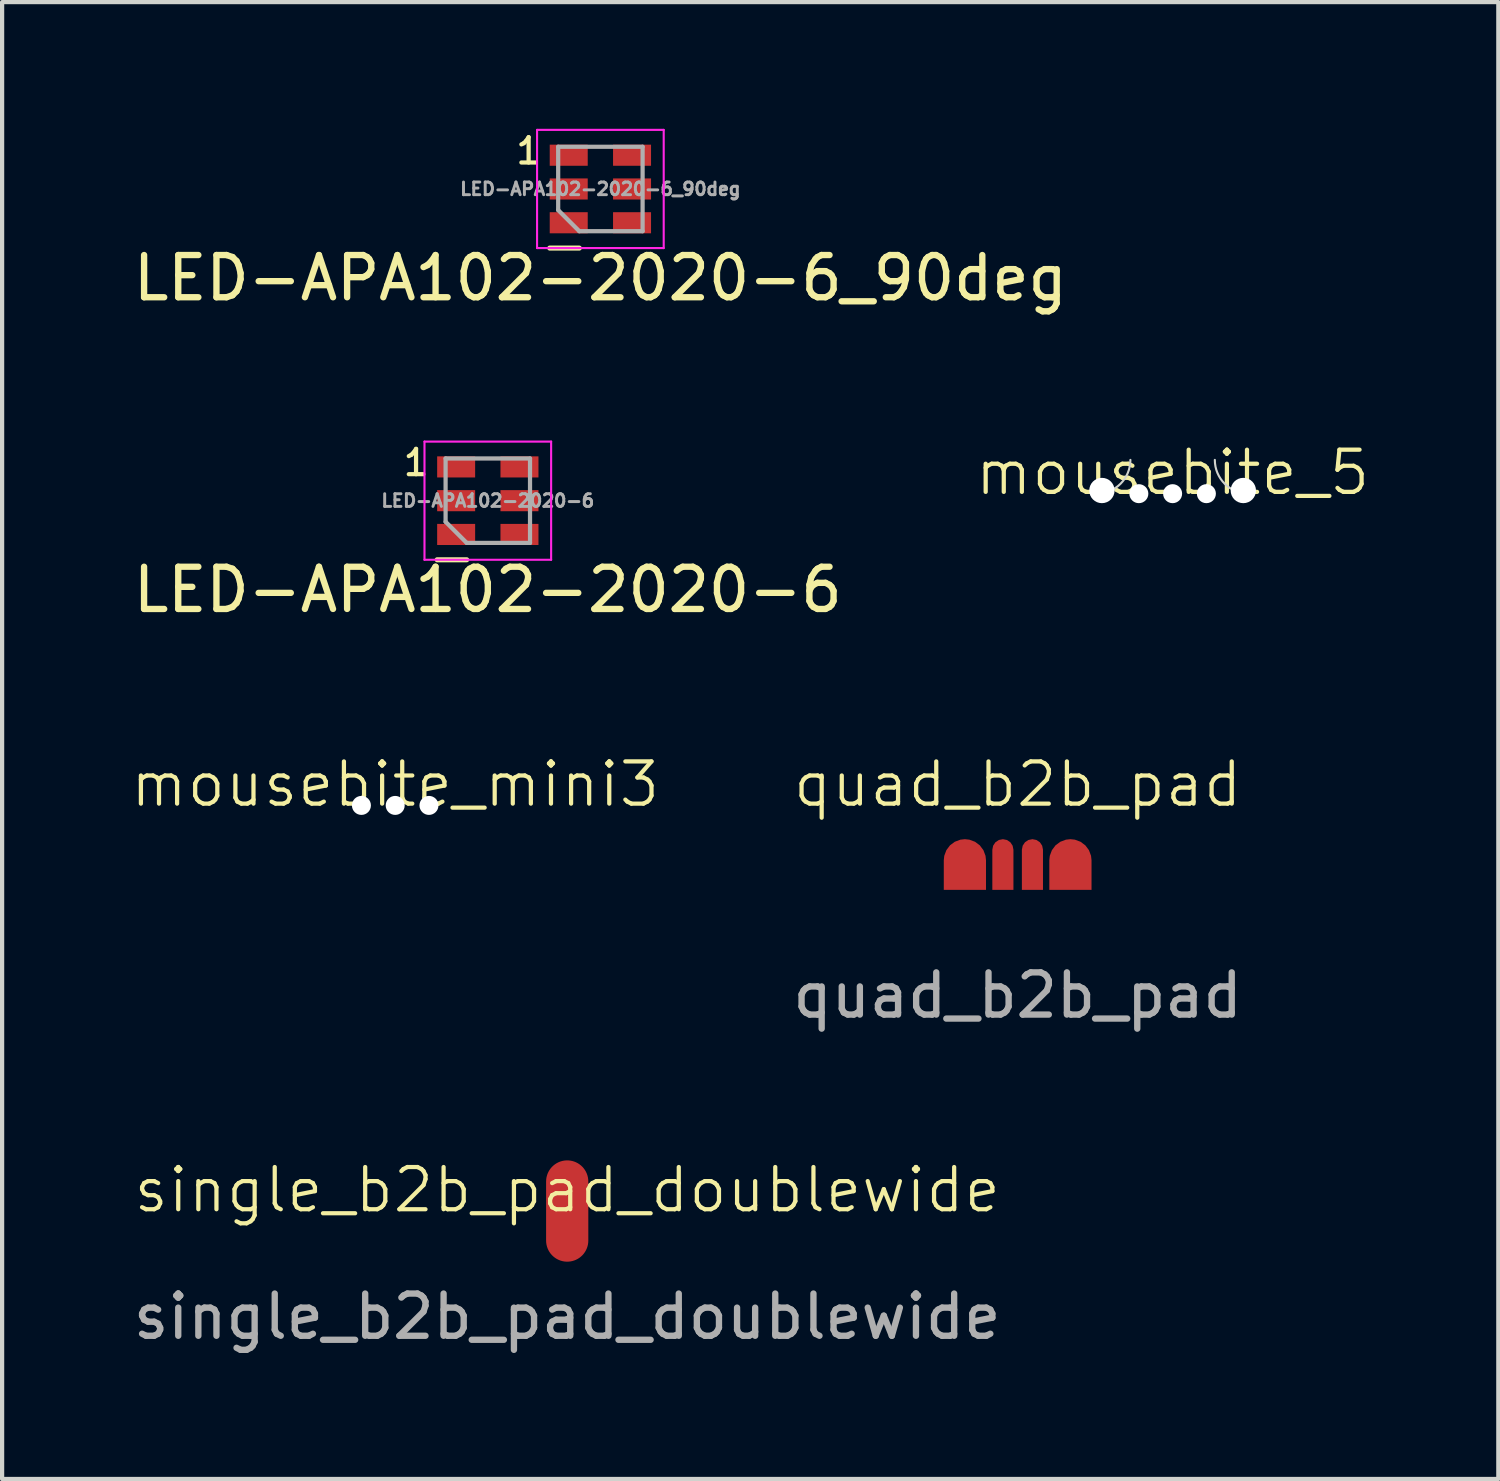
<source format=kicad_pcb>
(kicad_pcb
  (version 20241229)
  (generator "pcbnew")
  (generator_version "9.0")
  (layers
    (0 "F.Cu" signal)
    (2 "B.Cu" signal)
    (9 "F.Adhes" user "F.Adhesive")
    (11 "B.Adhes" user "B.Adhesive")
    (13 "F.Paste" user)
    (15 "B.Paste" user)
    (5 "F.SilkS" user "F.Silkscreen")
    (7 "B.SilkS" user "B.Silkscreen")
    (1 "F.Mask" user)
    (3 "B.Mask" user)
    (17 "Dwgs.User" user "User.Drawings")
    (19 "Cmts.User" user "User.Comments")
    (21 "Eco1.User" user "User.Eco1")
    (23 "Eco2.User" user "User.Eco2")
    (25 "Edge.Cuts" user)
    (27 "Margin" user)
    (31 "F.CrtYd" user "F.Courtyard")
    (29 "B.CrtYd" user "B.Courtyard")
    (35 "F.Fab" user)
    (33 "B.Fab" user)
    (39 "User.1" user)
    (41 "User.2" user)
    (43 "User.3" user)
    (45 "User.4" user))
  (footprint "LED-APA102-2020-6"
    (layer "F.Cu")
    (at 8.506 8.811)
    (property "Reference" "LED-APA102-2020-6" (at 0 2.11 0) (layer "F.SilkS") (effects (font (size 1 1) (thickness 0.15))))
    (attr smd)
    (fp_line (start -1.2 1.4) (end -0.5 1.4) (stroke (width 0.12) (type solid)) (layer "F.SilkS"))
    (fp_line (start -1.5 -1.4) (end -1.5 1.4) (stroke (width 0.05) (type solid)) (layer "F.CrtYd"))
    (fp_line (start -1.5 -1.4) (end 1.5 -1.4) (stroke (width 0.05) (type solid)) (layer "F.CrtYd"))
    (fp_line (start 1.5 -1.4) (end 1.5 1.4) (stroke (width 0.05) (type solid)) (layer "F.CrtYd"))
    (fp_line (start 1.5 1.4) (end -1.5 1.4) (stroke (width 0.05) (type solid)) (layer "F.CrtYd"))
    (fp_line (start -1 -1) (end 1 -1) (stroke (width 0.1) (type solid)) (layer "F.Fab"))
    (fp_line (start -1 0.5) (end -1 -1) (stroke (width 0.1) (type solid)) (layer "F.Fab"))
    (fp_line (start -1 0.5) (end -0.5 1) (stroke (width 0.1) (type solid)) (layer "F.Fab"))
    (fp_line (start 1 -1) (end 1 1) (stroke (width 0.1) (type solid)) (layer "F.Fab"))
    (fp_line (start 1 1) (end -0.5 1) (stroke (width 0.1) (type solid)) (layer "F.Fab"))
    (fp_text user "1" (at -1.7 -0.9 0) (unlocked yes) (layer "F.SilkS") (effects (font (size 0.6 0.6) (thickness 0.1))))
    (fp_text user "${REFERENCE}" (at 0 0 0) (layer "F.Fab") (effects (font (size 0.3 0.3) (thickness 0.07))))
    (pad "1" smd rect (at -0.75 -0.8) (size 0.9 0.5) (layers "F.Cu" "F.Mask" "F.Paste"))
    (pad "2" smd rect (at -0.75 0) (size 0.9 0.5) (layers "F.Cu" "F.Mask" "F.Paste"))
    (pad "3" smd rect (at -0.75 0.8) (size 0.9 0.5) (layers "F.Cu" "F.Mask" "F.Paste"))
    (pad "4" smd rect (at 0.75 0.8) (size 0.9 0.5) (layers "F.Cu" "F.Mask" "F.Paste"))
    (pad "5" smd rect (at 0.75 0) (size 0.9 0.5) (layers "F.Cu" "F.Mask" "F.Paste"))
    (pad "6" smd rect (at 0.75 -0.8) (size 0.9 0.5) (layers "F.Cu" "F.Mask" "F.Paste")))
  (footprint "mousebite_mini3"
    (layer "F.Cu")
    (at 6.312 16.03)
    (property "Reference" "mousebite_mini3" (at 0 -0.5 0) (unlocked yes) (layer "F.SilkS") (effects (font (size 1 1) (thickness 0.1))))
    (attr smd)
    (pad "" np_thru_hole circle (at -0.8 0) (size 0.45 0.45) (drill 0.45) (layers "*.Cu"))
    (pad "" np_thru_hole circle (at 0 0) (size 0.45 0.45) (drill 0.45) (layers "*.Cu"))
    (pad "" np_thru_hole circle (at 0.8 0) (size 0.45 0.45) (drill 0.45) (layers "*.Cu")))
  (footprint "single_b2b_pad_doublewide"
    (layer "F.Cu")
    (at 10.387 25.639)
    (property "Reference" "single_b2b_pad_doublewide" (at 0 -0.5 0) (unlocked yes) (layer "F.SilkS") (effects (font (size 1 1) (thickness 0.1))))
    (attr smd)
    (fp_text user "${REFERENCE}" (at 0 2.5 0) (unlocked yes) (layer "F.Fab") (effects (font (size 1 1) (thickness 0.15))))
    (pad "1" smd oval (at 0 0 90) (size 2.4 1) (layers "F.Cu" "F.Mask")))
  (footprint "quad_b2b_pad"
    (layer "F.Cu")
    (at 21.058 18.03)
    (property "Reference" "quad_b2b_pad" (at 0 -2.5 0) (unlocked yes) (layer "F.SilkS") (effects (font (size 1 1) (thickness 0.1))))
    (attr smd)
    (fp_text user "${REFERENCE}" (at 0 2.5 0) (unlocked yes) (layer "F.Fab") (effects (font (size 1 1) (thickness 0.15))))
    (pad "1" smd roundrect (at -1.25 -0.7 90) (size 1.2 1) (drill (offset -0.1 0)) (layers "F.Cu" "F.Mask") (roundrect_rratio 0.5) (chamfer_ratio 0) (chamfer top_left bottom_left))
    (pad "2" smd roundrect (at -0.35 -0.7 90) (size 1.2 0.5) (drill (offset -0.1 0)) (layers "F.Cu" "F.Mask") (roundrect_rratio 0.5) (chamfer_ratio 0) (chamfer top_left bottom_left))
    (pad "3" smd roundrect (at 0.35 -0.7 90) (size 1.2 0.5) (drill (offset -0.1 0)) (layers "F.Cu" "F.Mask") (roundrect_rratio 0.5) (chamfer_ratio 0) (chamfer top_left bottom_left))
    (pad "4" smd roundrect (at 1.25 -0.7 90) (size 1.2 1) (drill (offset -0.1 0)) (layers "F.Cu" "F.Mask") (roundrect_rratio 0.5) (chamfer_ratio 0) (chamfer top_left bottom_left)))
  (footprint "LED-APA102-2020-6_90deg"
    (layer "F.Cu")
    (at 11.173 1.427)
    (property "Reference" "LED-APA102-2020-6_90deg" (at 0 2.11 0) (layer "F.SilkS") (effects (font (size 1 1) (thickness 0.15))))
    (attr smd)
    (fp_line (start -1.2 1.4) (end -0.5 1.4) (stroke (width 0.12) (type solid)) (layer "F.SilkS"))
    (fp_line (start -1.5 -1.4) (end -1.5 1.4) (stroke (width 0.05) (type solid)) (layer "F.CrtYd"))
    (fp_line (start -1.5 -1.4) (end 1.5 -1.4) (stroke (width 0.05) (type solid)) (layer "F.CrtYd"))
    (fp_line (start 1.5 -1.4) (end 1.5 1.4) (stroke (width 0.05) (type solid)) (layer "F.CrtYd"))
    (fp_line (start 1.5 1.4) (end -1.5 1.4) (stroke (width 0.05) (type solid)) (layer "F.CrtYd"))
    (fp_line (start -1 -1) (end 1 -1) (stroke (width 0.1) (type solid)) (layer "F.Fab"))
    (fp_line (start -1 0.5) (end -1 -1) (stroke (width 0.1) (type solid)) (layer "F.Fab"))
    (fp_line (start -1 0.5) (end -0.5 1) (stroke (width 0.1) (type solid)) (layer "F.Fab"))
    (fp_line (start 1 -1) (end 1 1) (stroke (width 0.1) (type solid)) (layer "F.Fab"))
    (fp_line (start 1 1) (end -0.5 1) (stroke (width 0.1) (type solid)) (layer "F.Fab"))
    (fp_text user "1" (at -1.7 -0.9 0) (unlocked yes) (layer "F.SilkS") (effects (font (size 0.6 0.6) (thickness 0.1))))
    (fp_text user "${REFERENCE}" (at 0 0 0) (layer "F.Fab") (effects (font (size 0.3 0.3) (thickness 0.07))))
    (pad "1" smd rect (at 0.75 0) (size 0.9 0.5) (layers "F.Cu" "F.Mask" "F.Paste"))
    (pad "2" smd rect (at 0.75 -0.8) (size 0.9 0.5) (layers "F.Cu" "F.Mask" "F.Paste"))
    (pad "3" smd rect (at -0.75 -0.8) (size 0.9 0.5) (layers "F.Cu" "F.Mask" "F.Paste"))
    (pad "4" smd rect (at -0.75 0.8) (size 0.9 0.5) (layers "F.Cu" "F.Mask" "F.Paste"))
    (pad "5" smd rect (at 0.75 0.8) (size 0.9 0.5) (layers "F.Cu" "F.Mask" "F.Paste"))
    (pad "6" smd rect (at -0.75 0) (size 0.9 0.5) (layers "F.Cu" "F.Mask" "F.Paste")))
  (footprint "mousebite_5"
    (layer "F.Cu")
    (at 24.729 8.645)
    (property "Reference" "mousebite_5" (at 0 -0.5 0) (unlocked yes) (layer "F.SilkS") (effects (font (size 1 1) (thickness 0.1))))
    (attr smd)
    (fp_arc (start -1 -0.8) (mid -1.234315 -0.234315) (end -1.8 0) (stroke (width 0.05) (type solid)) (layer "Edge.Cuts"))
    (fp_arc (start 1.8 0) (mid 1.234315 -0.234315) (end 1 -0.8) (stroke (width 0.05) (type solid)) (layer "Edge.Cuts"))
    (pad "" np_thru_hole circle (at -1.675 -0.075) (size 0.6 0.6) (drill 0.6) (layers "*.Cu"))
    (pad "" np_thru_hole circle (at -0.8 0) (size 0.45 0.45) (drill 0.45) (layers "*.Cu"))
    (pad "" np_thru_hole circle (at 0 0) (size 0.45 0.45) (drill 0.45) (layers "*.Cu"))
    (pad "" np_thru_hole circle (at 0.8 0) (size 0.45 0.45) (drill 0.45) (layers "*.Cu"))
    (pad "" np_thru_hole circle (at 1.675 -0.075) (size 0.6 0.6) (drill 0.6) (layers "*.Cu")))
  (gr_rect
    (start -3 -3)
    (end 32.445 31.987)
    (stroke (width 0.1) (type default))
    (fill no)
    (layer "Edge.Cuts")))
</source>
